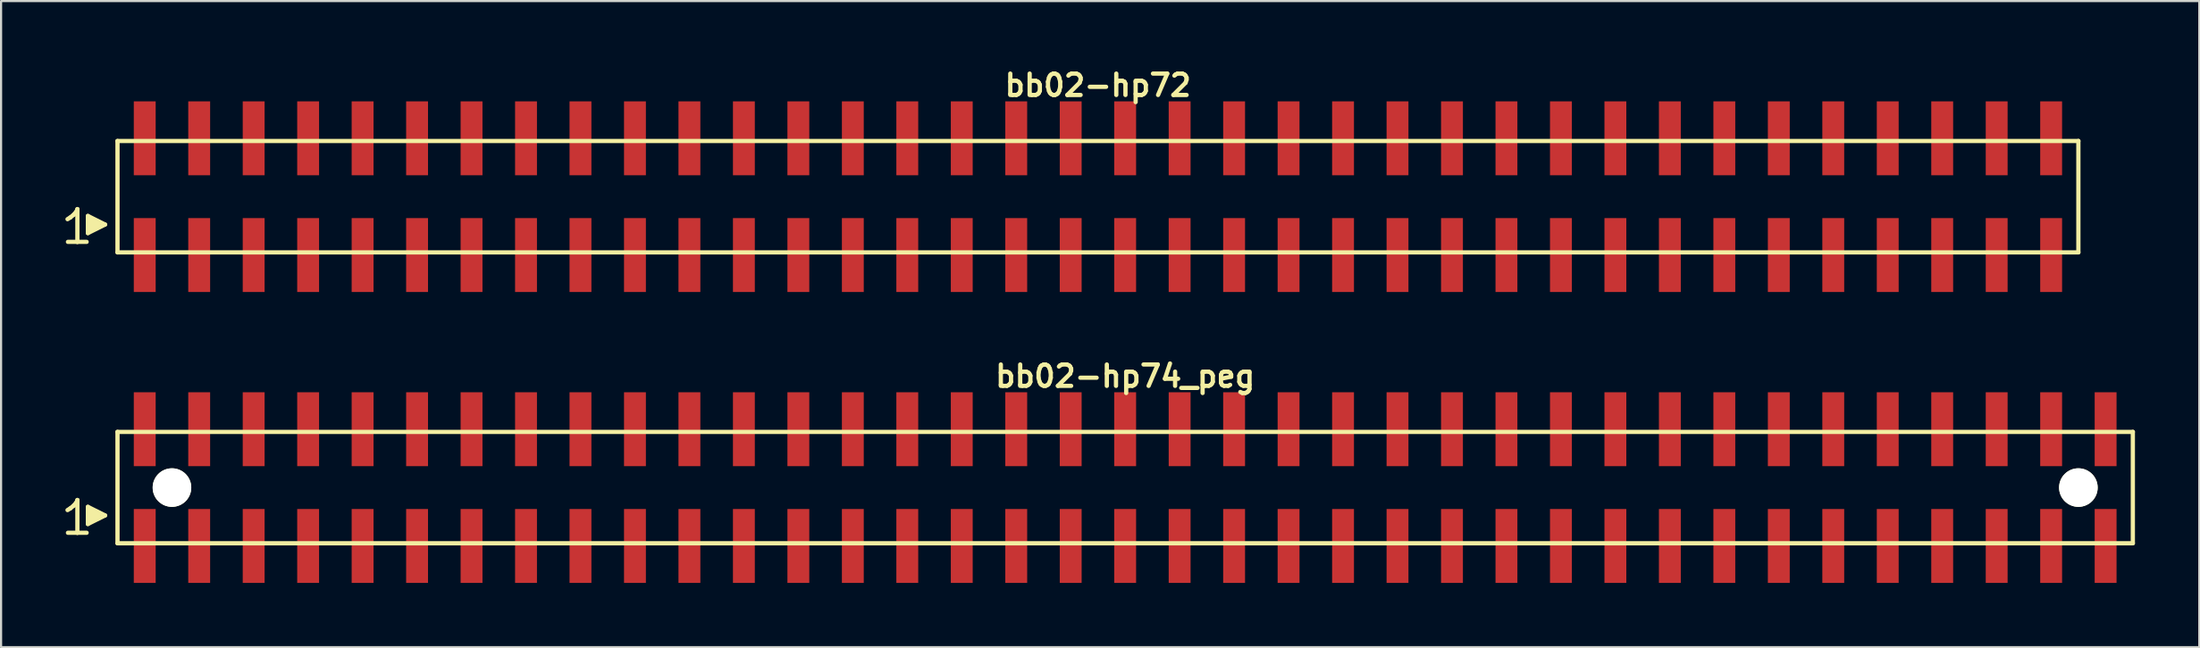
<source format=kicad_pcb>
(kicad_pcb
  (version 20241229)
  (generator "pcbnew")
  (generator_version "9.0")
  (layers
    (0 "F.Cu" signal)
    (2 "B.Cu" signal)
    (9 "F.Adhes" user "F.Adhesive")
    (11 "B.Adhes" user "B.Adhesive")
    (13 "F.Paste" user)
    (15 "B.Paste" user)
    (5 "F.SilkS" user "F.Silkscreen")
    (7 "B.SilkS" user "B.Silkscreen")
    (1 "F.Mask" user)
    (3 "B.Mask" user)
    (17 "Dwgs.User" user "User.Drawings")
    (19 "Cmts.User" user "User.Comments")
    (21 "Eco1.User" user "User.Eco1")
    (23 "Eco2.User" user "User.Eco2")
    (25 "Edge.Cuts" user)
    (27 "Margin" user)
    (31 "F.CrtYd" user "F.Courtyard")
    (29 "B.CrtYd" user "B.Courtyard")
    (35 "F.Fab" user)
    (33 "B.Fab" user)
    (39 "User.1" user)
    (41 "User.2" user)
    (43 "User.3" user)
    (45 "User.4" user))
  (footprint "bb02-hp74_peg"
    (layer "F.Cu")
    (at 49.419 19.713)
    (property "Reference" "bb02-hp74_peg" (at 0 -5.2 0) (layer "F.SilkS") (effects (font (size 0.998 0.998) (thickness 0.198))))
    (attr smd)
    (fp_line (start -49.32 1.05) (end -49.19 0.97) (stroke (width 0.198) (type solid)) (layer "F.SilkS"))
    (fp_line (start -49.19 0.97) (end -49.03 0.84) (stroke (width 0.198) (type solid)) (layer "F.SilkS"))
    (fp_line (start -49.03 0.84) (end -48.89 0.67) (stroke (width 0.198) (type solid)) (layer "F.SilkS"))
    (fp_line (start -48.89 0.67) (end -48.86 0.58) (stroke (width 0.198) (type solid)) (layer "F.SilkS"))
    (fp_line (start -48.86 0.58) (end -48.86 2.11) (stroke (width 0.198) (type solid)) (layer "F.SilkS"))
    (fp_line (start -48.86 2.11) (end -49.3 2.11) (stroke (width 0.198) (type solid)) (layer "F.SilkS"))
    (fp_line (start -48.43 2.11) (end -48.87 2.11) (stroke (width 0.198) (type solid)) (layer "F.SilkS"))
    (fp_line (start -48.37 0.9) (end -47.57 1.3) (stroke (width 0.198) (type solid)) (layer "F.SilkS"))
    (fp_line (start -48.37 1.7) (end -48.37 0.9) (stroke (width 0.198) (type solid)) (layer "F.SilkS"))
    (fp_line (start -48.27 1.6) (end -48.27 1) (stroke (width 0.198) (type solid)) (layer "F.SilkS"))
    (fp_line (start -48.17 1.1) (end -48.17 1.5) (stroke (width 0.198) (type solid)) (layer "F.SilkS"))
    (fp_line (start -48.07 1.5) (end -48.07 1.1) (stroke (width 0.198) (type solid)) (layer "F.SilkS"))
    (fp_line (start -47.97 1.2) (end -47.97 1.4) (stroke (width 0.198) (type solid)) (layer "F.SilkS"))
    (fp_line (start -47.87 1.4) (end -47.87 1.2) (stroke (width 0.198) (type solid)) (layer "F.SilkS"))
    (fp_line (start -47.57 1.3) (end -48.37 1.7) (stroke (width 0.198) (type solid)) (layer "F.SilkS"))
    (fp_line (start -46.99 -2.6) (end -46.99 2.6) (stroke (width 0.198) (type solid)) (layer "F.SilkS"))
    (fp_line (start -46.99 -2.6) (end 46.99 -2.6) (stroke (width 0.198) (type solid)) (layer "F.SilkS"))
    (fp_line (start 46.99 2.6) (end -46.99 2.6) (stroke (width 0.198) (type solid)) (layer "F.SilkS"))
    (fp_line (start 46.99 2.6) (end 46.99 -2.6) (stroke (width 0.198) (type solid)) (layer "F.SilkS"))
    (pad "" np_thru_hole circle (at -44.45 0) (size 1.8 1.8) (drill 1.8) (layers "*.Cu" "*.Mask" "F.SilkS"))
    (pad "" np_thru_hole circle (at 44.45 0) (size 1.8 1.8) (drill 1.8) (layers "*.Cu" "*.Mask" "F.SilkS"))
    (pad "1" smd rect (at -45.72 2.725) (size 1.02 3.45) (layers "F.Cu" "F.Mask" "F.Paste"))
    (pad "2" smd rect (at -45.72 -2.725) (size 1.02 3.45) (layers "F.Cu" "F.Mask" "F.Paste"))
    (pad "3" smd rect (at -43.18 2.725) (size 1.02 3.45) (layers "F.Cu" "F.Mask" "F.Paste"))
    (pad "4" smd rect (at -43.18 -2.725) (size 1.02 3.45) (layers "F.Cu" "F.Mask" "F.Paste"))
    (pad "5" smd rect (at -40.64 2.725) (size 1.02 3.45) (layers "F.Cu" "F.Mask" "F.Paste"))
    (pad "6" smd rect (at -40.64 -2.725) (size 1.02 3.45) (layers "F.Cu" "F.Mask" "F.Paste"))
    (pad "7" smd rect (at -38.1 2.725) (size 1.02 3.45) (layers "F.Cu" "F.Mask" "F.Paste"))
    (pad "8" smd rect (at -38.1 -2.725) (size 1.02 3.45) (layers "F.Cu" "F.Mask" "F.Paste"))
    (pad "9" smd rect (at -35.56 2.725) (size 1.02 3.45) (layers "F.Cu" "F.Mask" "F.Paste"))
    (pad "10" smd rect (at -35.56 -2.725) (size 1.02 3.45) (layers "F.Cu" "F.Mask" "F.Paste"))
    (pad "11" smd rect (at -33.02 2.725) (size 1.02 3.45) (layers "F.Cu" "F.Mask" "F.Paste"))
    (pad "12" smd rect (at -33.02 -2.725) (size 1.02 3.45) (layers "F.Cu" "F.Mask" "F.Paste"))
    (pad "13" smd rect (at -30.48 2.725) (size 1.02 3.45) (layers "F.Cu" "F.Mask" "F.Paste"))
    (pad "14" smd rect (at -30.48 -2.725) (size 1.02 3.45) (layers "F.Cu" "F.Mask" "F.Paste"))
    (pad "15" smd rect (at -27.94 2.725) (size 1.02 3.45) (layers "F.Cu" "F.Mask" "F.Paste"))
    (pad "16" smd rect (at -27.94 -2.725) (size 1.02 3.45) (layers "F.Cu" "F.Mask" "F.Paste"))
    (pad "17" smd rect (at -25.4 2.725) (size 1.02 3.45) (layers "F.Cu" "F.Mask" "F.Paste"))
    (pad "18" smd rect (at -25.4 -2.725) (size 1.02 3.45) (layers "F.Cu" "F.Mask" "F.Paste"))
    (pad "19" smd rect (at -22.86 2.725) (size 1.02 3.45) (layers "F.Cu" "F.Mask" "F.Paste"))
    (pad "20" smd rect (at -22.86 -2.725) (size 1.02 3.45) (layers "F.Cu" "F.Mask" "F.Paste"))
    (pad "21" smd rect (at -20.32 2.725) (size 1.02 3.45) (layers "F.Cu" "F.Mask" "F.Paste"))
    (pad "22" smd rect (at -20.32 -2.725) (size 1.02 3.45) (layers "F.Cu" "F.Mask" "F.Paste"))
    (pad "23" smd rect (at -17.78 2.725) (size 1.02 3.45) (layers "F.Cu" "F.Mask" "F.Paste"))
    (pad "24" smd rect (at -17.78 -2.725) (size 1.02 3.45) (layers "F.Cu" "F.Mask" "F.Paste"))
    (pad "25" smd rect (at -15.24 2.725) (size 1.02 3.45) (layers "F.Cu" "F.Mask" "F.Paste"))
    (pad "26" smd rect (at -15.24 -2.725) (size 1.02 3.45) (layers "F.Cu" "F.Mask" "F.Paste"))
    (pad "27" smd rect (at -12.7 2.725) (size 1.02 3.45) (layers "F.Cu" "F.Mask" "F.Paste"))
    (pad "28" smd rect (at -12.7 -2.725) (size 1.02 3.45) (layers "F.Cu" "F.Mask" "F.Paste"))
    (pad "29" smd rect (at -10.16 2.725) (size 1.02 3.45) (layers "F.Cu" "F.Mask" "F.Paste"))
    (pad "30" smd rect (at -10.16 -2.725) (size 1.02 3.45) (layers "F.Cu" "F.Mask" "F.Paste"))
    (pad "31" smd rect (at -7.62 2.725) (size 1.02 3.45) (layers "F.Cu" "F.Mask" "F.Paste"))
    (pad "32" smd rect (at -7.62 -2.725) (size 1.02 3.45) (layers "F.Cu" "F.Mask" "F.Paste"))
    (pad "33" smd rect (at -5.08 2.725) (size 1.02 3.45) (layers "F.Cu" "F.Mask" "F.Paste"))
    (pad "34" smd rect (at -5.08 -2.725) (size 1.02 3.45) (layers "F.Cu" "F.Mask" "F.Paste"))
    (pad "35" smd rect (at -2.54 2.725) (size 1.02 3.45) (layers "F.Cu" "F.Mask" "F.Paste"))
    (pad "36" smd rect (at -2.54 -2.725) (size 1.02 3.45) (layers "F.Cu" "F.Mask" "F.Paste"))
    (pad "37" smd rect (at 0 2.725) (size 1.02 3.45) (layers "F.Cu" "F.Mask" "F.Paste"))
    (pad "38" smd rect (at 0 -2.725) (size 1.02 3.45) (layers "F.Cu" "F.Mask" "F.Paste"))
    (pad "39" smd rect (at 2.54 2.725) (size 1.02 3.45) (layers "F.Cu" "F.Mask" "F.Paste"))
    (pad "40" smd rect (at 2.54 -2.725) (size 1.02 3.45) (layers "F.Cu" "F.Mask" "F.Paste"))
    (pad "41" smd rect (at 5.08 2.725) (size 1.02 3.45) (layers "F.Cu" "F.Mask" "F.Paste"))
    (pad "42" smd rect (at 5.08 -2.725) (size 1.02 3.45) (layers "F.Cu" "F.Mask" "F.Paste"))
    (pad "43" smd rect (at 7.62 2.725) (size 1.02 3.45) (layers "F.Cu" "F.Mask" "F.Paste"))
    (pad "44" smd rect (at 7.62 -2.725) (size 1.02 3.45) (layers "F.Cu" "F.Mask" "F.Paste"))
    (pad "45" smd rect (at 10.16 2.725) (size 1.02 3.45) (layers "F.Cu" "F.Mask" "F.Paste"))
    (pad "46" smd rect (at 10.16 -2.725) (size 1.02 3.45) (layers "F.Cu" "F.Mask" "F.Paste"))
    (pad "47" smd rect (at 12.7 2.725) (size 1.02 3.45) (layers "F.Cu" "F.Mask" "F.Paste"))
    (pad "48" smd rect (at 12.7 -2.725) (size 1.02 3.45) (layers "F.Cu" "F.Mask" "F.Paste"))
    (pad "49" smd rect (at 15.24 2.725) (size 1.02 3.45) (layers "F.Cu" "F.Mask" "F.Paste"))
    (pad "50" smd rect (at 15.24 -2.725) (size 1.02 3.45) (layers "F.Cu" "F.Mask" "F.Paste"))
    (pad "51" smd rect (at 17.78 2.725) (size 1.02 3.45) (layers "F.Cu" "F.Mask" "F.Paste"))
    (pad "52" smd rect (at 17.78 -2.725) (size 1.02 3.45) (layers "F.Cu" "F.Mask" "F.Paste"))
    (pad "53" smd rect (at 20.32 2.725) (size 1.02 3.45) (layers "F.Cu" "F.Mask" "F.Paste"))
    (pad "54" smd rect (at 20.32 -2.725) (size 1.02 3.45) (layers "F.Cu" "F.Mask" "F.Paste"))
    (pad "55" smd rect (at 22.86 2.725) (size 1.02 3.45) (layers "F.Cu" "F.Mask" "F.Paste"))
    (pad "56" smd rect (at 22.86 -2.725) (size 1.02 3.45) (layers "F.Cu" "F.Mask" "F.Paste"))
    (pad "57" smd rect (at 25.4 2.725) (size 1.02 3.45) (layers "F.Cu" "F.Mask" "F.Paste"))
    (pad "58" smd rect (at 25.4 -2.725) (size 1.02 3.45) (layers "F.Cu" "F.Mask" "F.Paste"))
    (pad "59" smd rect (at 27.94 2.725) (size 1.02 3.45) (layers "F.Cu" "F.Mask" "F.Paste"))
    (pad "60" smd rect (at 27.94 -2.725) (size 1.02 3.45) (layers "F.Cu" "F.Mask" "F.Paste"))
    (pad "61" smd rect (at 30.48 2.725) (size 1.02 3.45) (layers "F.Cu" "F.Mask" "F.Paste"))
    (pad "62" smd rect (at 30.48 -2.725) (size 1.02 3.45) (layers "F.Cu" "F.Mask" "F.Paste"))
    (pad "63" smd rect (at 33.02 2.725) (size 1.02 3.45) (layers "F.Cu" "F.Mask" "F.Paste"))
    (pad "64" smd rect (at 33.02 -2.725) (size 1.02 3.45) (layers "F.Cu" "F.Mask" "F.Paste"))
    (pad "65" smd rect (at 35.56 2.725) (size 1.02 3.45) (layers "F.Cu" "F.Mask" "F.Paste"))
    (pad "66" smd rect (at 35.56 -2.725) (size 1.02 3.45) (layers "F.Cu" "F.Mask" "F.Paste"))
    (pad "67" smd rect (at 38.1 2.725) (size 1.02 3.45) (layers "F.Cu" "F.Mask" "F.Paste"))
    (pad "68" smd rect (at 38.1 -2.725) (size 1.02 3.45) (layers "F.Cu" "F.Mask" "F.Paste"))
    (pad "69" smd rect (at 40.64 2.725) (size 1.02 3.45) (layers "F.Cu" "F.Mask" "F.Paste"))
    (pad "70" smd rect (at 40.64 -2.725) (size 1.02 3.45) (layers "F.Cu" "F.Mask" "F.Paste"))
    (pad "71" smd rect (at 43.18 2.725) (size 1.02 3.45) (layers "F.Cu" "F.Mask" "F.Paste"))
    (pad "72" smd rect (at 43.18 -2.725) (size 1.02 3.45) (layers "F.Cu" "F.Mask" "F.Paste"))
    (pad "73" smd rect (at 45.72 2.725) (size 1.02 3.45) (layers "F.Cu" "F.Mask" "F.Paste"))
    (pad "74" smd rect (at 45.72 -2.725) (size 1.02 3.45) (layers "F.Cu" "F.Mask" "F.Paste")))
  (footprint "bb02-hp72"
    (layer "F.Cu")
    (at 48.149 6.132)
    (property "Reference" "bb02-hp72" (at 0 -5.2 0) (layer "F.SilkS") (effects (font (size 0.998 0.998) (thickness 0.198))))
    (attr smd)
    (fp_line (start -48.05 1.05) (end -47.92 0.97) (stroke (width 0.198) (type solid)) (layer "F.SilkS"))
    (fp_line (start -47.92 0.97) (end -47.76 0.84) (stroke (width 0.198) (type solid)) (layer "F.SilkS"))
    (fp_line (start -47.76 0.84) (end -47.62 0.67) (stroke (width 0.198) (type solid)) (layer "F.SilkS"))
    (fp_line (start -47.62 0.67) (end -47.59 0.58) (stroke (width 0.198) (type solid)) (layer "F.SilkS"))
    (fp_line (start -47.59 0.58) (end -47.59 2.11) (stroke (width 0.198) (type solid)) (layer "F.SilkS"))
    (fp_line (start -47.59 2.11) (end -48.03 2.11) (stroke (width 0.198) (type solid)) (layer "F.SilkS"))
    (fp_line (start -47.16 2.11) (end -47.6 2.11) (stroke (width 0.198) (type solid)) (layer "F.SilkS"))
    (fp_line (start -47.1 0.9) (end -46.3 1.3) (stroke (width 0.198) (type solid)) (layer "F.SilkS"))
    (fp_line (start -47.1 1.7) (end -47.1 0.9) (stroke (width 0.198) (type solid)) (layer "F.SilkS"))
    (fp_line (start -47 1.6) (end -47 1) (stroke (width 0.198) (type solid)) (layer "F.SilkS"))
    (fp_line (start -46.9 1.1) (end -46.9 1.5) (stroke (width 0.198) (type solid)) (layer "F.SilkS"))
    (fp_line (start -46.8 1.5) (end -46.8 1.1) (stroke (width 0.198) (type solid)) (layer "F.SilkS"))
    (fp_line (start -46.7 1.2) (end -46.7 1.4) (stroke (width 0.198) (type solid)) (layer "F.SilkS"))
    (fp_line (start -46.6 1.4) (end -46.6 1.2) (stroke (width 0.198) (type solid)) (layer "F.SilkS"))
    (fp_line (start -46.3 1.3) (end -47.1 1.7) (stroke (width 0.198) (type solid)) (layer "F.SilkS"))
    (fp_line (start -45.72 -2.6) (end -45.72 2.6) (stroke (width 0.198) (type solid)) (layer "F.SilkS"))
    (fp_line (start -45.72 -2.6) (end 45.72 -2.6) (stroke (width 0.198) (type solid)) (layer "F.SilkS"))
    (fp_line (start 45.72 2.6) (end -45.72 2.6) (stroke (width 0.198) (type solid)) (layer "F.SilkS"))
    (fp_line (start 45.72 2.6) (end 45.72 -2.6) (stroke (width 0.198) (type solid)) (layer "F.SilkS"))
    (pad "1" smd rect (at -44.45 2.725) (size 1.02 3.45) (layers "F.Cu" "F.Mask" "F.Paste"))
    (pad "2" smd rect (at -44.45 -2.725) (size 1.02 3.45) (layers "F.Cu" "F.Mask" "F.Paste"))
    (pad "3" smd rect (at -41.91 2.725) (size 1.02 3.45) (layers "F.Cu" "F.Mask" "F.Paste"))
    (pad "4" smd rect (at -41.91 -2.725) (size 1.02 3.45) (layers "F.Cu" "F.Mask" "F.Paste"))
    (pad "5" smd rect (at -39.37 2.725) (size 1.02 3.45) (layers "F.Cu" "F.Mask" "F.Paste"))
    (pad "6" smd rect (at -39.37 -2.725) (size 1.02 3.45) (layers "F.Cu" "F.Mask" "F.Paste"))
    (pad "7" smd rect (at -36.83 2.725) (size 1.02 3.45) (layers "F.Cu" "F.Mask" "F.Paste"))
    (pad "8" smd rect (at -36.83 -2.725) (size 1.02 3.45) (layers "F.Cu" "F.Mask" "F.Paste"))
    (pad "9" smd rect (at -34.29 2.725) (size 1.02 3.45) (layers "F.Cu" "F.Mask" "F.Paste"))
    (pad "10" smd rect (at -34.29 -2.725) (size 1.02 3.45) (layers "F.Cu" "F.Mask" "F.Paste"))
    (pad "11" smd rect (at -31.75 2.725) (size 1.02 3.45) (layers "F.Cu" "F.Mask" "F.Paste"))
    (pad "12" smd rect (at -31.75 -2.725) (size 1.02 3.45) (layers "F.Cu" "F.Mask" "F.Paste"))
    (pad "13" smd rect (at -29.21 2.725) (size 1.02 3.45) (layers "F.Cu" "F.Mask" "F.Paste"))
    (pad "14" smd rect (at -29.21 -2.725) (size 1.02 3.45) (layers "F.Cu" "F.Mask" "F.Paste"))
    (pad "15" smd rect (at -26.67 2.725) (size 1.02 3.45) (layers "F.Cu" "F.Mask" "F.Paste"))
    (pad "16" smd rect (at -26.67 -2.725) (size 1.02 3.45) (layers "F.Cu" "F.Mask" "F.Paste"))
    (pad "17" smd rect (at -24.13 2.725) (size 1.02 3.45) (layers "F.Cu" "F.Mask" "F.Paste"))
    (pad "18" smd rect (at -24.13 -2.725) (size 1.02 3.45) (layers "F.Cu" "F.Mask" "F.Paste"))
    (pad "19" smd rect (at -21.59 2.725) (size 1.02 3.45) (layers "F.Cu" "F.Mask" "F.Paste"))
    (pad "20" smd rect (at -21.59 -2.725) (size 1.02 3.45) (layers "F.Cu" "F.Mask" "F.Paste"))
    (pad "21" smd rect (at -19.05 2.725) (size 1.02 3.45) (layers "F.Cu" "F.Mask" "F.Paste"))
    (pad "22" smd rect (at -19.05 -2.725) (size 1.02 3.45) (layers "F.Cu" "F.Mask" "F.Paste"))
    (pad "23" smd rect (at -16.51 2.725) (size 1.02 3.45) (layers "F.Cu" "F.Mask" "F.Paste"))
    (pad "24" smd rect (at -16.51 -2.725) (size 1.02 3.45) (layers "F.Cu" "F.Mask" "F.Paste"))
    (pad "25" smd rect (at -13.97 2.725) (size 1.02 3.45) (layers "F.Cu" "F.Mask" "F.Paste"))
    (pad "26" smd rect (at -13.97 -2.725) (size 1.02 3.45) (layers "F.Cu" "F.Mask" "F.Paste"))
    (pad "27" smd rect (at -11.43 2.725) (size 1.02 3.45) (layers "F.Cu" "F.Mask" "F.Paste"))
    (pad "28" smd rect (at -11.43 -2.725) (size 1.02 3.45) (layers "F.Cu" "F.Mask" "F.Paste"))
    (pad "29" smd rect (at -8.89 2.725) (size 1.02 3.45) (layers "F.Cu" "F.Mask" "F.Paste"))
    (pad "30" smd rect (at -8.89 -2.725) (size 1.02 3.45) (layers "F.Cu" "F.Mask" "F.Paste"))
    (pad "31" smd rect (at -6.35 2.725) (size 1.02 3.45) (layers "F.Cu" "F.Mask" "F.Paste"))
    (pad "32" smd rect (at -6.35 -2.725) (size 1.02 3.45) (layers "F.Cu" "F.Mask" "F.Paste"))
    (pad "33" smd rect (at -3.81 2.725) (size 1.02 3.45) (layers "F.Cu" "F.Mask" "F.Paste"))
    (pad "34" smd rect (at -3.81 -2.725) (size 1.02 3.45) (layers "F.Cu" "F.Mask" "F.Paste"))
    (pad "35" smd rect (at -1.27 2.725) (size 1.02 3.45) (layers "F.Cu" "F.Mask" "F.Paste"))
    (pad "36" smd rect (at -1.27 -2.725) (size 1.02 3.45) (layers "F.Cu" "F.Mask" "F.Paste"))
    (pad "37" smd rect (at 1.27 2.725) (size 1.02 3.45) (layers "F.Cu" "F.Mask" "F.Paste"))
    (pad "38" smd rect (at 1.27 -2.725) (size 1.02 3.45) (layers "F.Cu" "F.Mask" "F.Paste"))
    (pad "39" smd rect (at 3.81 2.725) (size 1.02 3.45) (layers "F.Cu" "F.Mask" "F.Paste"))
    (pad "40" smd rect (at 3.81 -2.725) (size 1.02 3.45) (layers "F.Cu" "F.Mask" "F.Paste"))
    (pad "41" smd rect (at 6.35 2.725) (size 1.02 3.45) (layers "F.Cu" "F.Mask" "F.Paste"))
    (pad "42" smd rect (at 6.35 -2.725) (size 1.02 3.45) (layers "F.Cu" "F.Mask" "F.Paste"))
    (pad "43" smd rect (at 8.89 2.725) (size 1.02 3.45) (layers "F.Cu" "F.Mask" "F.Paste"))
    (pad "44" smd rect (at 8.89 -2.725) (size 1.02 3.45) (layers "F.Cu" "F.Mask" "F.Paste"))
    (pad "45" smd rect (at 11.43 2.725) (size 1.02 3.45) (layers "F.Cu" "F.Mask" "F.Paste"))
    (pad "46" smd rect (at 11.43 -2.725) (size 1.02 3.45) (layers "F.Cu" "F.Mask" "F.Paste"))
    (pad "47" smd rect (at 13.97 2.725) (size 1.02 3.45) (layers "F.Cu" "F.Mask" "F.Paste"))
    (pad "48" smd rect (at 13.97 -2.725) (size 1.02 3.45) (layers "F.Cu" "F.Mask" "F.Paste"))
    (pad "49" smd rect (at 16.51 2.725) (size 1.02 3.45) (layers "F.Cu" "F.Mask" "F.Paste"))
    (pad "50" smd rect (at 16.51 -2.725) (size 1.02 3.45) (layers "F.Cu" "F.Mask" "F.Paste"))
    (pad "51" smd rect (at 19.05 2.725) (size 1.02 3.45) (layers "F.Cu" "F.Mask" "F.Paste"))
    (pad "52" smd rect (at 19.05 -2.725) (size 1.02 3.45) (layers "F.Cu" "F.Mask" "F.Paste"))
    (pad "53" smd rect (at 21.59 2.725) (size 1.02 3.45) (layers "F.Cu" "F.Mask" "F.Paste"))
    (pad "54" smd rect (at 21.59 -2.725) (size 1.02 3.45) (layers "F.Cu" "F.Mask" "F.Paste"))
    (pad "55" smd rect (at 24.13 2.725) (size 1.02 3.45) (layers "F.Cu" "F.Mask" "F.Paste"))
    (pad "56" smd rect (at 24.13 -2.725) (size 1.02 3.45) (layers "F.Cu" "F.Mask" "F.Paste"))
    (pad "57" smd rect (at 26.67 2.725) (size 1.02 3.45) (layers "F.Cu" "F.Mask" "F.Paste"))
    (pad "58" smd rect (at 26.67 -2.725) (size 1.02 3.45) (layers "F.Cu" "F.Mask" "F.Paste"))
    (pad "59" smd rect (at 29.21 2.725) (size 1.02 3.45) (layers "F.Cu" "F.Mask" "F.Paste"))
    (pad "60" smd rect (at 29.21 -2.725) (size 1.02 3.45) (layers "F.Cu" "F.Mask" "F.Paste"))
    (pad "61" smd rect (at 31.75 2.725) (size 1.02 3.45) (layers "F.Cu" "F.Mask" "F.Paste"))
    (pad "62" smd rect (at 31.75 -2.725) (size 1.02 3.45) (layers "F.Cu" "F.Mask" "F.Paste"))
    (pad "63" smd rect (at 34.29 2.725) (size 1.02 3.45) (layers "F.Cu" "F.Mask" "F.Paste"))
    (pad "64" smd rect (at 34.29 -2.725) (size 1.02 3.45) (layers "F.Cu" "F.Mask" "F.Paste"))
    (pad "65" smd rect (at 36.83 2.725) (size 1.02 3.45) (layers "F.Cu" "F.Mask" "F.Paste"))
    (pad "66" smd rect (at 36.83 -2.725) (size 1.02 3.45) (layers "F.Cu" "F.Mask" "F.Paste"))
    (pad "67" smd rect (at 39.37 2.725) (size 1.02 3.45) (layers "F.Cu" "F.Mask" "F.Paste"))
    (pad "68" smd rect (at 39.37 -2.725) (size 1.02 3.45) (layers "F.Cu" "F.Mask" "F.Paste"))
    (pad "69" smd rect (at 41.91 2.725) (size 1.02 3.45) (layers "F.Cu" "F.Mask" "F.Paste"))
    (pad "70" smd rect (at 41.91 -2.725) (size 1.02 3.45) (layers "F.Cu" "F.Mask" "F.Paste"))
    (pad "71" smd rect (at 44.45 2.725) (size 1.02 3.45) (layers "F.Cu" "F.Mask" "F.Paste"))
    (pad "72" smd rect (at 44.45 -2.725) (size 1.02 3.45) (layers "F.Cu" "F.Mask" "F.Paste")))
  (gr_rect
    (start -3 -3)
    (end 99.508 27.163)
    (stroke (width 0.1) (type default))
    (fill no)
    (layer "Edge.Cuts")))
</source>
